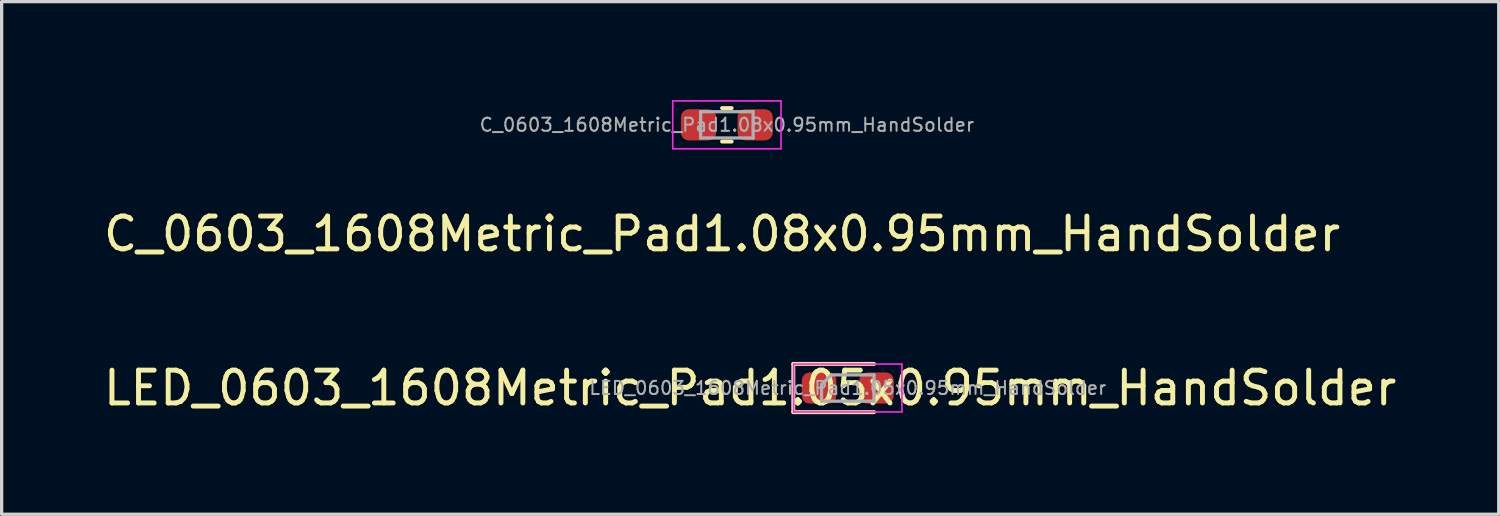
<source format=kicad_pcb>
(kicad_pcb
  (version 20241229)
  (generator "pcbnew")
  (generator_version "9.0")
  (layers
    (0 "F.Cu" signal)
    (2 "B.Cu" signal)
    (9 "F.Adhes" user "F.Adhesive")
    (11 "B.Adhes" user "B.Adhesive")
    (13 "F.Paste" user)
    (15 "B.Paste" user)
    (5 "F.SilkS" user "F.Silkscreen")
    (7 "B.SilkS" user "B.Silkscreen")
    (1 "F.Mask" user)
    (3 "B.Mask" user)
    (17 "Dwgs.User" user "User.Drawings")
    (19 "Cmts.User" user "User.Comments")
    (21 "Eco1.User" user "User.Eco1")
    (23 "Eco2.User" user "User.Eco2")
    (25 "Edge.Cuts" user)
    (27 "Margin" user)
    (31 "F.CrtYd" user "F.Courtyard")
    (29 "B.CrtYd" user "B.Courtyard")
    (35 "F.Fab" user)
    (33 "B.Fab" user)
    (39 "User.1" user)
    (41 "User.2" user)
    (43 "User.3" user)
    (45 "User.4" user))
  (footprint "C_0603_1608Metric_Pad1.08x0.95mm_HandSolder"
    (layer "F.Cu")
    (at 19.105 0.755)
    (property "Reference" "C_0603_1608Metric_Pad1.08x0.95mm_HandSolder" (at -0.146 3.325 0) (layer "F.SilkS") (effects (font (size 1 1) (thickness 0.15))))
    (attr smd)
    (fp_line (start -0.146 -0.51) (end 0.146 -0.51) (stroke (width 0.12) (type solid)) (layer "F.SilkS"))
    (fp_line (start -0.146 0.51) (end 0.146 0.51) (stroke (width 0.12) (type solid)) (layer "F.SilkS"))
    (fp_line (start -1.65 -0.73) (end 1.65 -0.73) (stroke (width 0.05) (type solid)) (layer "F.CrtYd"))
    (fp_line (start -1.65 0.73) (end -1.65 -0.73) (stroke (width 0.05) (type solid)) (layer "F.CrtYd"))
    (fp_line (start 1.65 -0.73) (end 1.65 0.73) (stroke (width 0.05) (type solid)) (layer "F.CrtYd"))
    (fp_line (start 1.65 0.73) (end -1.65 0.73) (stroke (width 0.05) (type solid)) (layer "F.CrtYd"))
    (fp_line (start -0.8 -0.4) (end 0.8 -0.4) (stroke (width 0.1) (type solid)) (layer "F.Fab"))
    (fp_line (start -0.8 0.4) (end -0.8 -0.4) (stroke (width 0.1) (type solid)) (layer "F.Fab"))
    (fp_line (start 0.8 -0.4) (end 0.8 0.4) (stroke (width 0.1) (type solid)) (layer "F.Fab"))
    (fp_line (start 0.8 0.4) (end -0.8 0.4) (stroke (width 0.1) (type solid)) (layer "F.Fab"))
    (fp_text user "${REFERENCE}" (at 0 0 0) (layer "F.Fab") (effects (font (size 0.4 0.4) (thickness 0.06))))
    (pad "1" smd roundrect (at -0.863 0) (size 1.075 0.95) (layers "F.Cu" "F.Mask" "F.Paste") (roundrect_rratio 0.25))
    (pad "2" smd roundrect (at 0.863 0) (size 1.075 0.95) (layers "F.Cu" "F.Mask" "F.Paste") (roundrect_rratio 0.25)))
  (footprint "LED_0603_1608Metric_Pad1.05x0.95mm_HandSolder"
    (layer "F.Cu")
    (at 22.79 8.777)
    (property "Reference" "LED_0603_1608Metric_Pad1.05x0.95mm_HandSolder" (at -2.975 0 0) (layer "F.SilkS") (effects (font (size 1 1) (thickness 0.15))))
    (attr smd)
    (fp_line (start -1.66 -0.735) (end -1.66 0.735) (stroke (width 0.12) (type solid)) (layer "F.SilkS"))
    (fp_line (start -1.66 0.735) (end 0.8 0.735) (stroke (width 0.12) (type solid)) (layer "F.SilkS"))
    (fp_line (start 0.8 -0.735) (end -1.66 -0.735) (stroke (width 0.12) (type solid)) (layer "F.SilkS"))
    (fp_line (start -1.65 -0.73) (end 1.65 -0.73) (stroke (width 0.05) (type solid)) (layer "F.CrtYd"))
    (fp_line (start -1.65 0.73) (end -1.65 -0.73) (stroke (width 0.05) (type solid)) (layer "F.CrtYd"))
    (fp_line (start 1.65 -0.73) (end 1.65 0.73) (stroke (width 0.05) (type solid)) (layer "F.CrtYd"))
    (fp_line (start 1.65 0.73) (end -1.65 0.73) (stroke (width 0.05) (type solid)) (layer "F.CrtYd"))
    (fp_line (start -0.8 -0.1) (end -0.8 0.4) (stroke (width 0.1) (type solid)) (layer "F.Fab"))
    (fp_line (start -0.8 0.4) (end 0.8 0.4) (stroke (width 0.1) (type solid)) (layer "F.Fab"))
    (fp_line (start -0.5 -0.4) (end -0.8 -0.1) (stroke (width 0.1) (type solid)) (layer "F.Fab"))
    (fp_line (start 0.8 -0.4) (end -0.5 -0.4) (stroke (width 0.1) (type solid)) (layer "F.Fab"))
    (fp_line (start 0.8 0.4) (end 0.8 -0.4) (stroke (width 0.1) (type solid)) (layer "F.Fab"))
    (fp_text user "${REFERENCE}" (at 0 0 0) (layer "F.Fab") (effects (font (size 0.4 0.4) (thickness 0.06))))
    (pad "1" smd roundrect (at -0.875 0) (size 1.05 0.95) (layers "F.Cu" "F.Mask" "F.Paste") (roundrect_rratio 0.25))
    (pad "2" smd roundrect (at 0.875 0) (size 1.05 0.95) (layers "F.Cu" "F.Mask" "F.Paste") (roundrect_rratio 0.25)))
  (gr_rect
    (start -3 -3)
    (end 42.631 12.625)
    (stroke (width 0.1) (type default))
    (fill no)
    (layer "Edge.Cuts")))
</source>
